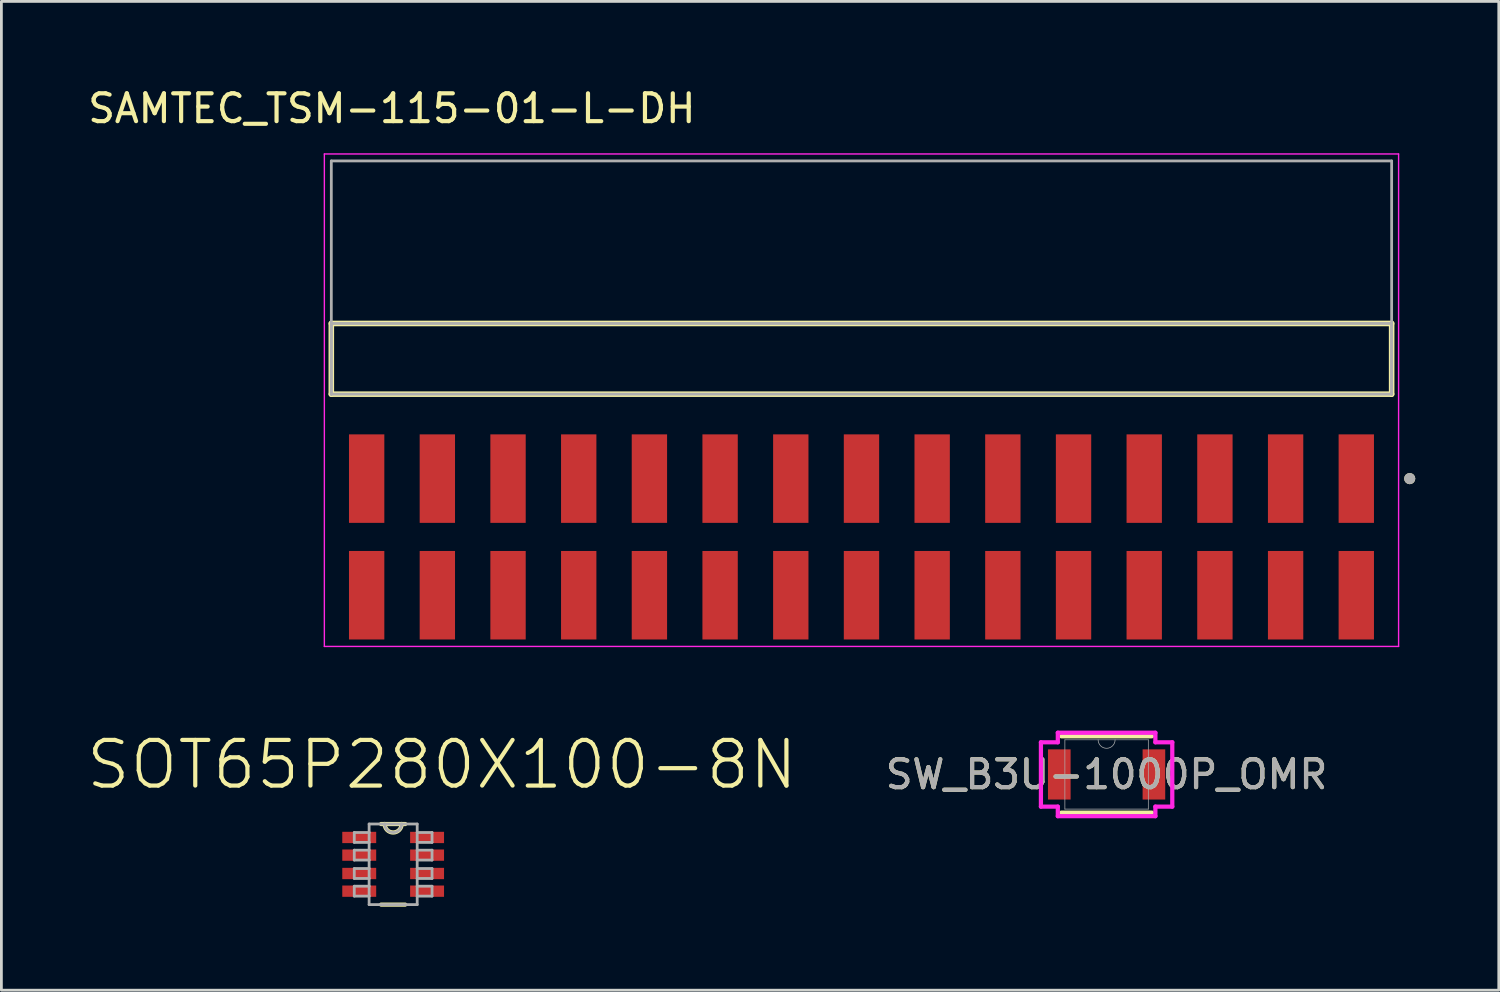
<source format=kicad_pcb>
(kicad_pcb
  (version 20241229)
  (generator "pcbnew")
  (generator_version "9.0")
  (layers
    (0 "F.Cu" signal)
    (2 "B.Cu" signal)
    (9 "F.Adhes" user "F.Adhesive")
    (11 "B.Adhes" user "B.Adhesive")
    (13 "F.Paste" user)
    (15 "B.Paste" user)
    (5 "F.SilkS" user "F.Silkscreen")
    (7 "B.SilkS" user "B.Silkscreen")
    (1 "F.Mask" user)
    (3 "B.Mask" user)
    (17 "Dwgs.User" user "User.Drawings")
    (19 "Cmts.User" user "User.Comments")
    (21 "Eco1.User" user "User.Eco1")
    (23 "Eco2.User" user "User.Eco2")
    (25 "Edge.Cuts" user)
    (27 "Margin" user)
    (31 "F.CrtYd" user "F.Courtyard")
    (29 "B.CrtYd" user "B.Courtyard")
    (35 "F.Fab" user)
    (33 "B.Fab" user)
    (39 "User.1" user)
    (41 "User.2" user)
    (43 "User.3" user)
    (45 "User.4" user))
  (footprint "SOT65P280X100-8N"
    (layer "F.Cu")
    (at 11.077 28.007)
    (property "Reference" "SOT65P280X100-8N" (at 1.753 -3.581 0) (layer "F.SilkS") (effects (font (size 1.64 1.64) (thickness 0.15))))
    (attr smd)
    (fp_line (start -0.432 1.448) (end 0.432 1.448) (stroke (width 0.152) (type solid)) (layer "F.SilkS"))
    (fp_line (start -0.305 -1.448) (end -0.432 -1.448) (stroke (width 0.152) (type solid)) (layer "F.SilkS"))
    (fp_line (start 0.305 -1.448) (end -0.305 -1.448) (stroke (width 0.152) (type solid)) (layer "F.SilkS"))
    (fp_line (start 0.432 -1.448) (end 0.305 -1.448) (stroke (width 0.152) (type solid)) (layer "F.SilkS"))
    (fp_arc (start 0.3048 -1.4478) (mid 0 -1.143) (end -0.3048 -1.4478) (stroke (width 0.1524) (type solid)) (layer "F.SilkS"))
    (fp_line (start -1.397 -1.143) (end -1.397 -0.787) (stroke (width 0.1) (type solid)) (layer "F.Fab"))
    (fp_line (start -1.397 -0.787) (end -0.864 -0.787) (stroke (width 0.1) (type solid)) (layer "F.Fab"))
    (fp_line (start -1.397 -0.508) (end -1.397 -0.152) (stroke (width 0.1) (type solid)) (layer "F.Fab"))
    (fp_line (start -1.397 -0.152) (end -0.864 -0.152) (stroke (width 0.1) (type solid)) (layer "F.Fab"))
    (fp_line (start -1.397 0.152) (end -1.397 0.508) (stroke (width 0.1) (type solid)) (layer "F.Fab"))
    (fp_line (start -1.397 0.508) (end -0.864 0.508) (stroke (width 0.1) (type solid)) (layer "F.Fab"))
    (fp_line (start -1.397 0.787) (end -1.397 1.143) (stroke (width 0.1) (type solid)) (layer "F.Fab"))
    (fp_line (start -1.397 1.143) (end -0.864 1.143) (stroke (width 0.1) (type solid)) (layer "F.Fab"))
    (fp_line (start -0.864 -1.448) (end -0.864 -1.143) (stroke (width 0.1) (type solid)) (layer "F.Fab"))
    (fp_line (start -0.864 -1.143) (end -1.397 -1.143) (stroke (width 0.1) (type solid)) (layer "F.Fab"))
    (fp_line (start -0.864 -1.143) (end -0.864 -0.787) (stroke (width 0.1) (type solid)) (layer "F.Fab"))
    (fp_line (start -0.864 -0.787) (end -0.864 -0.508) (stroke (width 0.1) (type solid)) (layer "F.Fab"))
    (fp_line (start -0.864 -0.508) (end -1.397 -0.508) (stroke (width 0.1) (type solid)) (layer "F.Fab"))
    (fp_line (start -0.864 -0.508) (end -0.864 -0.152) (stroke (width 0.1) (type solid)) (layer "F.Fab"))
    (fp_line (start -0.864 -0.152) (end -0.864 0.152) (stroke (width 0.1) (type solid)) (layer "F.Fab"))
    (fp_line (start -0.864 0.152) (end -1.397 0.152) (stroke (width 0.1) (type solid)) (layer "F.Fab"))
    (fp_line (start -0.864 0.152) (end -0.864 0.508) (stroke (width 0.1) (type solid)) (layer "F.Fab"))
    (fp_line (start -0.864 0.508) (end -0.864 0.787) (stroke (width 0.1) (type solid)) (layer "F.Fab"))
    (fp_line (start -0.864 0.787) (end -1.397 0.787) (stroke (width 0.1) (type solid)) (layer "F.Fab"))
    (fp_line (start -0.864 1.143) (end -0.864 0.787) (stroke (width 0.1) (type solid)) (layer "F.Fab"))
    (fp_line (start -0.864 1.448) (end -0.864 1.143) (stroke (width 0.1) (type solid)) (layer "F.Fab"))
    (fp_line (start -0.864 1.448) (end 0.864 1.448) (stroke (width 0.1) (type solid)) (layer "F.Fab"))
    (fp_line (start -0.305 -1.448) (end -0.864 -1.448) (stroke (width 0.1) (type solid)) (layer "F.Fab"))
    (fp_line (start 0.305 -1.448) (end -0.305 -1.448) (stroke (width 0.1) (type solid)) (layer "F.Fab"))
    (fp_line (start 0.864 -1.448) (end 0.305 -1.448) (stroke (width 0.1) (type solid)) (layer "F.Fab"))
    (fp_line (start 0.864 -1.448) (end 0.864 -1.143) (stroke (width 0.1) (type solid)) (layer "F.Fab"))
    (fp_line (start 0.864 -1.143) (end 0.864 -0.787) (stroke (width 0.1) (type solid)) (layer "F.Fab"))
    (fp_line (start 0.864 -0.787) (end 1.397 -0.787) (stroke (width 0.1) (type solid)) (layer "F.Fab"))
    (fp_line (start 0.864 -0.508) (end 0.864 -0.787) (stroke (width 0.1) (type solid)) (layer "F.Fab"))
    (fp_line (start 0.864 -0.152) (end 0.864 -0.508) (stroke (width 0.1) (type solid)) (layer "F.Fab"))
    (fp_line (start 0.864 -0.152) (end 1.397 -0.152) (stroke (width 0.1) (type solid)) (layer "F.Fab"))
    (fp_line (start 0.864 0.152) (end 0.864 -0.152) (stroke (width 0.1) (type solid)) (layer "F.Fab"))
    (fp_line (start 0.864 0.508) (end 0.864 0.152) (stroke (width 0.1) (type solid)) (layer "F.Fab"))
    (fp_line (start 0.864 0.508) (end 1.397 0.508) (stroke (width 0.1) (type solid)) (layer "F.Fab"))
    (fp_line (start 0.864 0.787) (end 0.864 0.508) (stroke (width 0.1) (type solid)) (layer "F.Fab"))
    (fp_line (start 0.864 1.143) (end 0.864 0.787) (stroke (width 0.1) (type solid)) (layer "F.Fab"))
    (fp_line (start 0.864 1.143) (end 1.397 1.143) (stroke (width 0.1) (type solid)) (layer "F.Fab"))
    (fp_line (start 0.864 1.448) (end 0.864 1.143) (stroke (width 0.1) (type solid)) (layer "F.Fab"))
    (fp_line (start 1.397 -1.143) (end 0.864 -1.143) (stroke (width 0.1) (type solid)) (layer "F.Fab"))
    (fp_line (start 1.397 -0.787) (end 1.397 -1.143) (stroke (width 0.1) (type solid)) (layer "F.Fab"))
    (fp_line (start 1.397 -0.508) (end 0.864 -0.508) (stroke (width 0.1) (type solid)) (layer "F.Fab"))
    (fp_line (start 1.397 -0.152) (end 1.397 -0.508) (stroke (width 0.1) (type solid)) (layer "F.Fab"))
    (fp_line (start 1.397 0.152) (end 0.864 0.152) (stroke (width 0.1) (type solid)) (layer "F.Fab"))
    (fp_line (start 1.397 0.508) (end 1.397 0.152) (stroke (width 0.1) (type solid)) (layer "F.Fab"))
    (fp_line (start 1.397 0.787) (end 0.864 0.787) (stroke (width 0.1) (type solid)) (layer "F.Fab"))
    (fp_line (start 1.397 1.143) (end 1.397 0.787) (stroke (width 0.1) (type solid)) (layer "F.Fab"))
    (fp_arc (start 0.3048 -1.4478) (mid 0 -1.143) (end -0.3048 -1.4478) (stroke (width 0.1) (type solid)) (layer "F.Fab"))
    (pad "1" smd rect (at -1.219 -0.965) (size 1.219 0.406) (layers "F.Cu" "F.Mask" "F.Paste"))
    (pad "2" smd rect (at -1.219 -0.33) (size 1.219 0.406) (layers "F.Cu" "F.Mask" "F.Paste"))
    (pad "3" smd rect (at -1.219 0.33) (size 1.219 0.406) (layers "F.Cu" "F.Mask" "F.Paste"))
    (pad "4" smd rect (at -1.219 0.965) (size 1.219 0.406) (layers "F.Cu" "F.Mask" "F.Paste"))
    (pad "5" smd rect (at 1.219 0.965) (size 1.219 0.406) (layers "F.Cu" "F.Mask" "F.Paste"))
    (pad "6" smd rect (at 1.219 0.33) (size 1.219 0.406) (layers "F.Cu" "F.Mask" "F.Paste"))
    (pad "7" smd rect (at 1.219 -0.33) (size 1.219 0.406) (layers "F.Cu" "F.Mask" "F.Paste"))
    (pad "8" smd rect (at 1.219 -0.965) (size 1.219 0.406) (layers "F.Cu" "F.Mask" "F.Paste")))
  (footprint "SAMTEC_TSM-115-01-L-DH"
    (layer "F.Cu")
    (at 27.905 9.843)
    (property "Reference" "SAMTEC_TSM-115-01-L-DH" (at -16.875 -8.995 0) (layer "F.SilkS") (effects (font (size 1 1) (thickness 0.15))))
    (attr smd)
    (fp_line (start -19.05 1.27) (end -19.05 -1.27) (stroke (width 0.2) (type solid)) (layer "F.SilkS"))
    (fp_line (start 19.05 -1.27) (end -19.05 -1.27) (stroke (width 0.2) (type solid)) (layer "F.SilkS"))
    (fp_line (start 19.05 -1.27) (end 19.05 1.27) (stroke (width 0.2) (type solid)) (layer "F.SilkS"))
    (fp_line (start 19.05 1.27) (end -19.05 1.27) (stroke (width 0.2) (type solid)) (layer "F.SilkS"))
    (fp_circle (center 19.7 4.305) (end 19.8 4.305) (stroke (width 0.2) (type solid)) (fill no) (layer "F.SilkS"))
    (fp_line (start -19.3 -7.36) (end 19.3 -7.36) (stroke (width 0.05) (type solid)) (layer "F.CrtYd"))
    (fp_line (start -19.3 10.335) (end -19.3 -7.36) (stroke (width 0.05) (type solid)) (layer "F.CrtYd"))
    (fp_line (start 19.3 -7.36) (end 19.3 10.335) (stroke (width 0.05) (type solid)) (layer "F.CrtYd"))
    (fp_line (start 19.3 10.335) (end -19.3 10.335) (stroke (width 0.05) (type solid)) (layer "F.CrtYd"))
    (fp_line (start -19.05 -7.11) (end 19.05 -7.11) (stroke (width 0.1) (type solid)) (layer "F.Fab"))
    (fp_line (start -19.05 -1.27) (end 19.05 -1.27) (stroke (width 0.1) (type solid)) (layer "F.Fab"))
    (fp_line (start -19.05 1.27) (end -19.05 -7.11) (stroke (width 0.1) (type solid)) (layer "F.Fab"))
    (fp_line (start -19.05 1.27) (end -19.05 -1.27) (stroke (width 0.1) (type solid)) (layer "F.Fab"))
    (fp_line (start 19.05 -7.11) (end 19.05 1.27) (stroke (width 0.1) (type solid)) (layer "F.Fab"))
    (fp_line (start 19.05 -1.27) (end 19.05 1.27) (stroke (width 0.1) (type solid)) (layer "F.Fab"))
    (fp_line (start 19.05 1.27) (end -19.05 1.27) (stroke (width 0.1) (type solid)) (layer "F.Fab"))
    (fp_circle (center 19.7 4.305) (end 19.8 4.305) (stroke (width 0.2) (type solid)) (fill no) (layer "F.Fab"))
    (pad "1" smd rect (at 17.78 8.495) (size 1.27 3.18) (layers "F.Cu" "F.Mask" "F.Paste"))
    (pad "2" smd rect (at 17.78 4.305) (size 1.27 3.18) (layers "F.Cu" "F.Mask" "F.Paste"))
    (pad "3" smd rect (at 15.24 8.495) (size 1.27 3.18) (layers "F.Cu" "F.Mask" "F.Paste"))
    (pad "4" smd rect (at 15.24 4.305) (size 1.27 3.18) (layers "F.Cu" "F.Mask" "F.Paste"))
    (pad "5" smd rect (at 12.7 8.495) (size 1.27 3.18) (layers "F.Cu" "F.Mask" "F.Paste"))
    (pad "6" smd rect (at 12.7 4.305) (size 1.27 3.18) (layers "F.Cu" "F.Mask" "F.Paste"))
    (pad "7" smd rect (at 10.16 8.495) (size 1.27 3.18) (layers "F.Cu" "F.Mask" "F.Paste"))
    (pad "8" smd rect (at 10.16 4.305) (size 1.27 3.18) (layers "F.Cu" "F.Mask" "F.Paste"))
    (pad "9" smd rect (at 7.62 8.495) (size 1.27 3.18) (layers "F.Cu" "F.Mask" "F.Paste"))
    (pad "10" smd rect (at 7.62 4.305) (size 1.27 3.18) (layers "F.Cu" "F.Mask" "F.Paste"))
    (pad "11" smd rect (at 5.08 8.495) (size 1.27 3.18) (layers "F.Cu" "F.Mask" "F.Paste"))
    (pad "12" smd rect (at 5.08 4.305) (size 1.27 3.18) (layers "F.Cu" "F.Mask" "F.Paste"))
    (pad "13" smd rect (at 2.54 8.495) (size 1.27 3.18) (layers "F.Cu" "F.Mask" "F.Paste"))
    (pad "14" smd rect (at 2.54 4.305) (size 1.27 3.18) (layers "F.Cu" "F.Mask" "F.Paste"))
    (pad "15" smd rect (at 0 8.495) (size 1.27 3.18) (layers "F.Cu" "F.Mask" "F.Paste"))
    (pad "16" smd rect (at 0 4.305) (size 1.27 3.18) (layers "F.Cu" "F.Mask" "F.Paste"))
    (pad "17" smd rect (at -2.54 8.495) (size 1.27 3.18) (layers "F.Cu" "F.Mask" "F.Paste"))
    (pad "18" smd rect (at -2.54 4.305) (size 1.27 3.18) (layers "F.Cu" "F.Mask" "F.Paste"))
    (pad "19" smd rect (at -5.08 8.495) (size 1.27 3.18) (layers "F.Cu" "F.Mask" "F.Paste"))
    (pad "20" smd rect (at -5.08 4.305) (size 1.27 3.18) (layers "F.Cu" "F.Mask" "F.Paste"))
    (pad "21" smd rect (at -7.62 8.495) (size 1.27 3.18) (layers "F.Cu" "F.Mask" "F.Paste"))
    (pad "22" smd rect (at -7.62 4.305) (size 1.27 3.18) (layers "F.Cu" "F.Mask" "F.Paste"))
    (pad "23" smd rect (at -10.16 8.495) (size 1.27 3.18) (layers "F.Cu" "F.Mask" "F.Paste"))
    (pad "24" smd rect (at -10.16 4.305) (size 1.27 3.18) (layers "F.Cu" "F.Mask" "F.Paste"))
    (pad "25" smd rect (at -12.7 8.495) (size 1.27 3.18) (layers "F.Cu" "F.Mask" "F.Paste"))
    (pad "26" smd rect (at -12.7 4.305) (size 1.27 3.18) (layers "F.Cu" "F.Mask" "F.Paste"))
    (pad "27" smd rect (at -15.24 8.495) (size 1.27 3.18) (layers "F.Cu" "F.Mask" "F.Paste"))
    (pad "28" smd rect (at -15.24 4.305) (size 1.27 3.18) (layers "F.Cu" "F.Mask" "F.Paste"))
    (pad "29" smd rect (at -17.78 8.495) (size 1.27 3.18) (layers "F.Cu" "F.Mask" "F.Paste"))
    (pad "30" smd rect (at -17.78 4.305) (size 1.27 3.18) (layers "F.Cu" "F.Mask" "F.Paste")))
  (footprint "SW_B3U-1000P_OMR"
    (layer "F.Cu")
    (at 36.713 24.778)
    (property "Reference" "SW_B3U-1000P_OMR" (at 0 0 0) (unlocked yes) (layer "F.SilkS") (effects (font (size 1 1) (thickness 0.15))))
    (attr smd)
    (fp_line (start -1.626 1.372) (end 1.626 1.372) (stroke (width 0.152) (type solid)) (layer "F.SilkS"))
    (fp_line (start 1.626 -1.372) (end -1.626 -1.372) (stroke (width 0.152) (type solid)) (layer "F.SilkS"))
    (fp_line (start -2.36 -1.156) (end -1.753 -1.156) (stroke (width 0.152) (type solid)) (layer "F.CrtYd"))
    (fp_line (start -2.36 1.156) (end -2.36 -1.156) (stroke (width 0.152) (type solid)) (layer "F.CrtYd"))
    (fp_line (start -2.36 1.156) (end -1.753 1.156) (stroke (width 0.152) (type solid)) (layer "F.CrtYd"))
    (fp_line (start -1.753 -1.499) (end 1.753 -1.499) (stroke (width 0.152) (type solid)) (layer "F.CrtYd"))
    (fp_line (start -1.753 -1.156) (end -1.753 -1.499) (stroke (width 0.152) (type solid)) (layer "F.CrtYd"))
    (fp_line (start -1.753 1.499) (end -1.753 1.156) (stroke (width 0.152) (type solid)) (layer "F.CrtYd"))
    (fp_line (start 1.753 -1.499) (end 1.753 -1.156) (stroke (width 0.152) (type solid)) (layer "F.CrtYd"))
    (fp_line (start 1.753 1.156) (end 1.753 1.499) (stroke (width 0.152) (type solid)) (layer "F.CrtYd"))
    (fp_line (start 1.753 1.499) (end -1.753 1.499) (stroke (width 0.152) (type solid)) (layer "F.CrtYd"))
    (fp_line (start 2.36 -1.156) (end 1.753 -1.156) (stroke (width 0.152) (type solid)) (layer "F.CrtYd"))
    (fp_line (start 2.36 -1.156) (end 2.36 1.156) (stroke (width 0.152) (type solid)) (layer "F.CrtYd"))
    (fp_line (start 2.36 1.156) (end 1.753 1.156) (stroke (width 0.152) (type solid)) (layer "F.CrtYd"))
    (fp_line (start -1.499 -1.245) (end -1.499 1.245) (stroke (width 0.025) (type solid)) (layer "F.Fab"))
    (fp_line (start -1.499 1.245) (end 1.499 1.245) (stroke (width 0.025) (type solid)) (layer "F.Fab"))
    (fp_line (start 1.499 -1.245) (end -1.499 -1.245) (stroke (width 0.025) (type solid)) (layer "F.Fab"))
    (fp_line (start 1.499 1.245) (end 1.499 -1.245) (stroke (width 0.025) (type solid)) (layer "F.Fab"))
    (fp_arc (start 0.3048 -1.2446) (mid 0 -0.9398) (end -0.3048 -1.2446) (stroke (width 0.0254) (type solid)) (layer "F.Fab"))
    (fp_circle (center -1.294 0) (end -1.294 0) (stroke (width 0.025) (type solid)) (fill no) (layer "F.Fab"))
    (fp_text user "${REFERENCE}" (at 0 0 0) (unlocked yes) (layer "F.Fab") (effects (font (size 1 1) (thickness 0.15))))
    (pad "1" smd rect (at -1.7 0) (size 0.813 1.803) (layers "F.Cu" "F.Mask" "F.Paste"))
    (pad "2" smd rect (at 1.7 0) (size 0.813 1.803) (layers "F.Cu" "F.Mask" "F.Paste")))
  (gr_rect
    (start -3 -3)
    (end 50.805 32.531)
    (stroke (width 0.1) (type default))
    (fill no)
    (layer "Edge.Cuts")))
</source>
